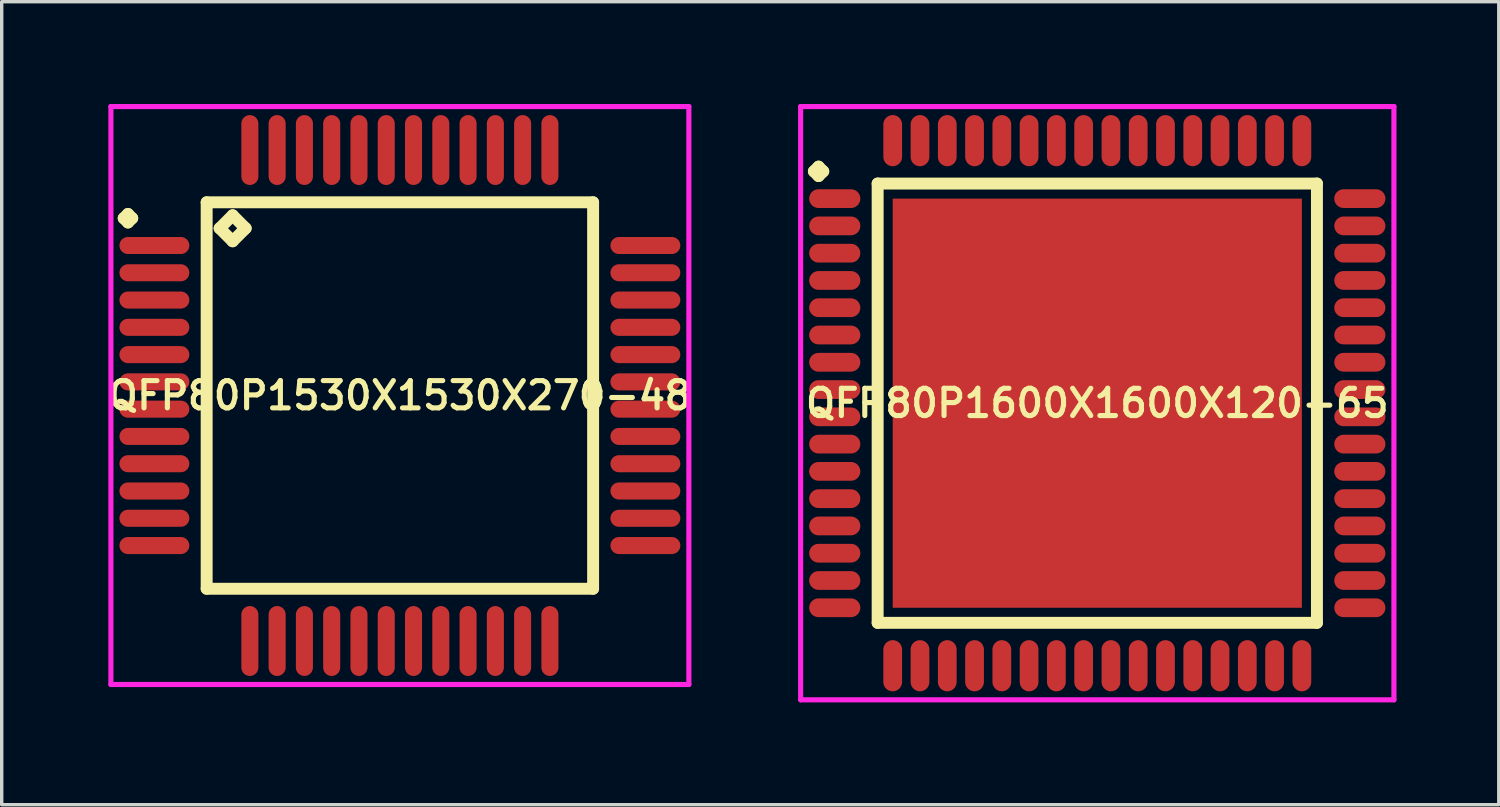
<source format=kicad_pcb>
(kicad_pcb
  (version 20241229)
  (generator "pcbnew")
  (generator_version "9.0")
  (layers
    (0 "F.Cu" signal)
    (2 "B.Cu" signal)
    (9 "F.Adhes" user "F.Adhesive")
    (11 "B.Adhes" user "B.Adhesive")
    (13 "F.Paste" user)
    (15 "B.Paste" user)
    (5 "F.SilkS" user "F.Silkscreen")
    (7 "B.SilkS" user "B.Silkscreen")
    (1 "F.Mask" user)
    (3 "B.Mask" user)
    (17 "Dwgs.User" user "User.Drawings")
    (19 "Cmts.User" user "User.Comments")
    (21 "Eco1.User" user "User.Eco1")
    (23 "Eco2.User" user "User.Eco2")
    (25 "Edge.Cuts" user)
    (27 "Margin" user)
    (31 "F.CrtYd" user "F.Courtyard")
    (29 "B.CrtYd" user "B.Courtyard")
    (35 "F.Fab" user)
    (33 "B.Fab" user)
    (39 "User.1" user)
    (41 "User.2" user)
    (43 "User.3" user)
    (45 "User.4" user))
  (footprint "QFP80P1600X1600X120-65"
    (layer "F.Cu")
    (at 29.132 8.775)
    (property "Reference" "QFP80P1600X1600X120-65" (at 0 0 0) (layer "F.SilkS") (effects (font (size 0.8 0.8) (thickness 0.15))))
    (attr smd)
    (fp_line (start -8.312 -6.8) (end -8.175 -6.938) (stroke (width 0.35) (type solid)) (layer "F.SilkS"))
    (fp_line (start -8.175 -6.938) (end -8.037 -6.8) (stroke (width 0.35) (type solid)) (layer "F.SilkS"))
    (fp_line (start -8.175 -6.662) (end -8.312 -6.8) (stroke (width 0.35) (type solid)) (layer "F.SilkS"))
    (fp_line (start -8.037 -6.8) (end -8.175 -6.662) (stroke (width 0.35) (type solid)) (layer "F.SilkS"))
    (fp_line (start -6.442 -6.442) (end -6.442 6.442) (stroke (width 0.35) (type solid)) (layer "F.SilkS"))
    (fp_line (start -6.442 6.442) (end 6.442 6.442) (stroke (width 0.35) (type solid)) (layer "F.SilkS"))
    (fp_line (start 6.442 -6.442) (end -6.442 -6.442) (stroke (width 0.35) (type solid)) (layer "F.SilkS"))
    (fp_line (start 6.442 6.442) (end 6.442 -6.442) (stroke (width 0.35) (type solid)) (layer "F.SilkS"))
    (fp_line (start -8.7 -8.7) (end 8.7 -8.7) (stroke (width 0.15) (type solid)) (layer "F.CrtYd"))
    (fp_line (start -8.7 8.7) (end -8.7 -8.7) (stroke (width 0.15) (type solid)) (layer "F.CrtYd"))
    (fp_line (start 8.7 -8.7) (end 8.7 8.7) (stroke (width 0.15) (type solid)) (layer "F.CrtYd"))
    (fp_line (start 8.7 8.7) (end -8.7 8.7) (stroke (width 0.15) (type solid)) (layer "F.CrtYd"))
    (pad "1" smd oval (at -7.7 -6) (size 1.5 0.55) (layers "F.Cu" "F.Mask" "F.Paste"))
    (pad "2" smd oval (at -7.7 -5.2) (size 1.5 0.55) (layers "F.Cu" "F.Mask" "F.Paste"))
    (pad "3" smd oval (at -7.7 -4.4) (size 1.5 0.55) (layers "F.Cu" "F.Mask" "F.Paste"))
    (pad "4" smd oval (at -7.7 -3.6) (size 1.5 0.55) (layers "F.Cu" "F.Mask" "F.Paste"))
    (pad "5" smd oval (at -7.7 -2.8) (size 1.5 0.55) (layers "F.Cu" "F.Mask" "F.Paste"))
    (pad "6" smd oval (at -7.7 -2) (size 1.5 0.55) (layers "F.Cu" "F.Mask" "F.Paste"))
    (pad "7" smd oval (at -7.7 -1.2) (size 1.5 0.55) (layers "F.Cu" "F.Mask" "F.Paste"))
    (pad "8" smd oval (at -7.7 -0.4) (size 1.5 0.55) (layers "F.Cu" "F.Mask" "F.Paste"))
    (pad "9" smd oval (at -7.7 0.4) (size 1.5 0.55) (layers "F.Cu" "F.Mask" "F.Paste"))
    (pad "10" smd oval (at -7.7 1.2) (size 1.5 0.55) (layers "F.Cu" "F.Mask" "F.Paste"))
    (pad "11" smd oval (at -7.7 2) (size 1.5 0.55) (layers "F.Cu" "F.Mask" "F.Paste"))
    (pad "12" smd oval (at -7.7 2.8) (size 1.5 0.55) (layers "F.Cu" "F.Mask" "F.Paste"))
    (pad "13" smd oval (at -7.7 3.6) (size 1.5 0.55) (layers "F.Cu" "F.Mask" "F.Paste"))
    (pad "14" smd oval (at -7.7 4.4) (size 1.5 0.55) (layers "F.Cu" "F.Mask" "F.Paste"))
    (pad "15" smd oval (at -7.7 5.2) (size 1.5 0.55) (layers "F.Cu" "F.Mask" "F.Paste"))
    (pad "16" smd oval (at -7.7 6) (size 1.5 0.55) (layers "F.Cu" "F.Mask" "F.Paste"))
    (pad "17" smd oval (at -6 7.7) (size 0.55 1.5) (layers "F.Cu" "F.Mask" "F.Paste"))
    (pad "18" smd oval (at -5.2 7.7) (size 0.55 1.5) (layers "F.Cu" "F.Mask" "F.Paste"))
    (pad "19" smd oval (at -4.4 7.7) (size 0.55 1.5) (layers "F.Cu" "F.Mask" "F.Paste"))
    (pad "20" smd oval (at -3.6 7.7) (size 0.55 1.5) (layers "F.Cu" "F.Mask" "F.Paste"))
    (pad "21" smd oval (at -2.8 7.7) (size 0.55 1.5) (layers "F.Cu" "F.Mask" "F.Paste"))
    (pad "22" smd oval (at -2 7.7) (size 0.55 1.5) (layers "F.Cu" "F.Mask" "F.Paste"))
    (pad "23" smd oval (at -1.2 7.7) (size 0.55 1.5) (layers "F.Cu" "F.Mask" "F.Paste"))
    (pad "24" smd oval (at -0.4 7.7) (size 0.55 1.5) (layers "F.Cu" "F.Mask" "F.Paste"))
    (pad "25" smd oval (at 0.4 7.7) (size 0.55 1.5) (layers "F.Cu" "F.Mask" "F.Paste"))
    (pad "26" smd oval (at 1.2 7.7) (size 0.55 1.5) (layers "F.Cu" "F.Mask" "F.Paste"))
    (pad "27" smd oval (at 2 7.7) (size 0.55 1.5) (layers "F.Cu" "F.Mask" "F.Paste"))
    (pad "28" smd oval (at 2.8 7.7) (size 0.55 1.5) (layers "F.Cu" "F.Mask" "F.Paste"))
    (pad "29" smd oval (at 3.6 7.7) (size 0.55 1.5) (layers "F.Cu" "F.Mask" "F.Paste"))
    (pad "30" smd oval (at 4.4 7.7) (size 0.55 1.5) (layers "F.Cu" "F.Mask" "F.Paste"))
    (pad "31" smd oval (at 5.2 7.7) (size 0.55 1.5) (layers "F.Cu" "F.Mask" "F.Paste"))
    (pad "32" smd oval (at 6 7.7) (size 0.55 1.5) (layers "F.Cu" "F.Mask" "F.Paste"))
    (pad "33" smd oval (at 7.7 6) (size 1.5 0.55) (layers "F.Cu" "F.Mask" "F.Paste"))
    (pad "34" smd oval (at 7.7 5.2) (size 1.5 0.55) (layers "F.Cu" "F.Mask" "F.Paste"))
    (pad "35" smd oval (at 7.7 4.4) (size 1.5 0.55) (layers "F.Cu" "F.Mask" "F.Paste"))
    (pad "36" smd oval (at 7.7 3.6) (size 1.5 0.55) (layers "F.Cu" "F.Mask" "F.Paste"))
    (pad "37" smd oval (at 7.7 2.8) (size 1.5 0.55) (layers "F.Cu" "F.Mask" "F.Paste"))
    (pad "38" smd oval (at 7.7 2) (size 1.5 0.55) (layers "F.Cu" "F.Mask" "F.Paste"))
    (pad "39" smd oval (at 7.7 1.2) (size 1.5 0.55) (layers "F.Cu" "F.Mask" "F.Paste"))
    (pad "40" smd oval (at 7.7 0.4) (size 1.5 0.55) (layers "F.Cu" "F.Mask" "F.Paste"))
    (pad "41" smd oval (at 7.7 -0.4) (size 1.5 0.55) (layers "F.Cu" "F.Mask" "F.Paste"))
    (pad "42" smd oval (at 7.7 -1.2) (size 1.5 0.55) (layers "F.Cu" "F.Mask" "F.Paste"))
    (pad "43" smd oval (at 7.7 -2) (size 1.5 0.55) (layers "F.Cu" "F.Mask" "F.Paste"))
    (pad "44" smd oval (at 7.7 -2.8) (size 1.5 0.55) (layers "F.Cu" "F.Mask" "F.Paste"))
    (pad "45" smd oval (at 7.7 -3.6) (size 1.5 0.55) (layers "F.Cu" "F.Mask" "F.Paste"))
    (pad "46" smd oval (at 7.7 -4.4) (size 1.5 0.55) (layers "F.Cu" "F.Mask" "F.Paste"))
    (pad "47" smd oval (at 7.7 -5.2) (size 1.5 0.55) (layers "F.Cu" "F.Mask" "F.Paste"))
    (pad "48" smd oval (at 7.7 -6) (size 1.5 0.55) (layers "F.Cu" "F.Mask" "F.Paste"))
    (pad "49" smd oval (at 6 -7.7) (size 0.55 1.5) (layers "F.Cu" "F.Mask" "F.Paste"))
    (pad "50" smd oval (at 5.2 -7.7) (size 0.55 1.5) (layers "F.Cu" "F.Mask" "F.Paste"))
    (pad "51" smd oval (at 4.4 -7.7) (size 0.55 1.5) (layers "F.Cu" "F.Mask" "F.Paste"))
    (pad "52" smd oval (at 3.6 -7.7) (size 0.55 1.5) (layers "F.Cu" "F.Mask" "F.Paste"))
    (pad "53" smd oval (at 2.8 -7.7) (size 0.55 1.5) (layers "F.Cu" "F.Mask" "F.Paste"))
    (pad "54" smd oval (at 2 -7.7) (size 0.55 1.5) (layers "F.Cu" "F.Mask" "F.Paste"))
    (pad "55" smd oval (at 1.2 -7.7) (size 0.55 1.5) (layers "F.Cu" "F.Mask" "F.Paste"))
    (pad "56" smd oval (at 0.4 -7.7) (size 0.55 1.5) (layers "F.Cu" "F.Mask" "F.Paste"))
    (pad "57" smd oval (at -0.4 -7.7) (size 0.55 1.5) (layers "F.Cu" "F.Mask" "F.Paste"))
    (pad "58" smd oval (at -1.2 -7.7) (size 0.55 1.5) (layers "F.Cu" "F.Mask" "F.Paste"))
    (pad "59" smd oval (at -2 -7.7) (size 0.55 1.5) (layers "F.Cu" "F.Mask" "F.Paste"))
    (pad "60" smd oval (at -2.8 -7.7) (size 0.55 1.5) (layers "F.Cu" "F.Mask" "F.Paste"))
    (pad "61" smd oval (at -3.6 -7.7) (size 0.55 1.5) (layers "F.Cu" "F.Mask" "F.Paste"))
    (pad "62" smd oval (at -4.4 -7.7) (size 0.55 1.5) (layers "F.Cu" "F.Mask" "F.Paste"))
    (pad "63" smd oval (at -5.2 -7.7) (size 0.55 1.5) (layers "F.Cu" "F.Mask" "F.Paste"))
    (pad "64" smd oval (at -6 -7.7) (size 0.55 1.5) (layers "F.Cu" "F.Mask" "F.Paste"))
    (pad "65" smd rect (at 0 0) (size 12 12) (layers "F.Cu" "F.Mask" "F.Paste")))
  (footprint "QFP80P1530X1530X270-48"
    (layer "F.Cu")
    (at 8.678 8.55)
    (property "Reference" "QFP80P1530X1530X270-48" (at 0 0 0) (layer "F.SilkS") (effects (font (size 0.8 0.8) (thickness 0.15))))
    (attr smd)
    (fp_line (start -8.1 -5.2) (end -7.975 -5.325) (stroke (width 0.35) (type solid)) (layer "F.SilkS"))
    (fp_line (start -7.975 -5.325) (end -7.85 -5.2) (stroke (width 0.35) (type solid)) (layer "F.SilkS"))
    (fp_line (start -7.975 -5.075) (end -8.1 -5.2) (stroke (width 0.35) (type solid)) (layer "F.SilkS"))
    (fp_line (start -7.85 -5.2) (end -7.975 -5.075) (stroke (width 0.35) (type solid)) (layer "F.SilkS"))
    (fp_line (start -5.667 -5.667) (end -5.667 5.667) (stroke (width 0.35) (type solid)) (layer "F.SilkS"))
    (fp_line (start -5.667 5.667) (end 5.667 5.667) (stroke (width 0.35) (type solid)) (layer "F.SilkS"))
    (fp_line (start -5.286 -4.905) (end -4.905 -5.286) (stroke (width 0.35) (type solid)) (layer "F.SilkS"))
    (fp_line (start -4.905 -5.286) (end -4.524 -4.905) (stroke (width 0.35) (type solid)) (layer "F.SilkS"))
    (fp_line (start -4.905 -4.524) (end -5.286 -4.905) (stroke (width 0.35) (type solid)) (layer "F.SilkS"))
    (fp_line (start -4.524 -4.905) (end -4.905 -4.524) (stroke (width 0.35) (type solid)) (layer "F.SilkS"))
    (fp_line (start 5.667 -5.667) (end -5.667 -5.667) (stroke (width 0.35) (type solid)) (layer "F.SilkS"))
    (fp_line (start 5.667 5.667) (end 5.667 -5.667) (stroke (width 0.35) (type solid)) (layer "F.SilkS"))
    (fp_line (start -8.475 -8.475) (end 8.475 -8.475) (stroke (width 0.15) (type solid)) (layer "F.CrtYd"))
    (fp_line (start -8.475 8.475) (end -8.475 -8.475) (stroke (width 0.15) (type solid)) (layer "F.CrtYd"))
    (fp_line (start 8.475 -8.475) (end 8.475 8.475) (stroke (width 0.15) (type solid)) (layer "F.CrtYd"))
    (fp_line (start 8.475 8.475) (end -8.475 8.475) (stroke (width 0.15) (type solid)) (layer "F.CrtYd"))
    (pad "1" smd oval (at -7.2 -4.4) (size 2.05 0.5) (layers "F.Cu" "F.Mask" "F.Paste"))
    (pad "2" smd oval (at -7.2 -3.6) (size 2.05 0.5) (layers "F.Cu" "F.Mask" "F.Paste"))
    (pad "3" smd oval (at -7.2 -2.8) (size 2.05 0.5) (layers "F.Cu" "F.Mask" "F.Paste"))
    (pad "4" smd oval (at -7.2 -2) (size 2.05 0.5) (layers "F.Cu" "F.Mask" "F.Paste"))
    (pad "5" smd oval (at -7.2 -1.2) (size 2.05 0.5) (layers "F.Cu" "F.Mask" "F.Paste"))
    (pad "6" smd oval (at -7.2 -0.4) (size 2.05 0.5) (layers "F.Cu" "F.Mask" "F.Paste"))
    (pad "7" smd oval (at -7.2 0.4) (size 2.05 0.5) (layers "F.Cu" "F.Mask" "F.Paste"))
    (pad "8" smd oval (at -7.2 1.2) (size 2.05 0.5) (layers "F.Cu" "F.Mask" "F.Paste"))
    (pad "9" smd oval (at -7.2 2) (size 2.05 0.5) (layers "F.Cu" "F.Mask" "F.Paste"))
    (pad "10" smd oval (at -7.2 2.8) (size 2.05 0.5) (layers "F.Cu" "F.Mask" "F.Paste"))
    (pad "11" smd oval (at -7.2 3.6) (size 2.05 0.5) (layers "F.Cu" "F.Mask" "F.Paste"))
    (pad "12" smd oval (at -7.2 4.4) (size 2.05 0.5) (layers "F.Cu" "F.Mask" "F.Paste"))
    (pad "13" smd oval (at -4.4 7.2) (size 0.5 2.05) (layers "F.Cu" "F.Mask" "F.Paste"))
    (pad "14" smd oval (at -3.6 7.2) (size 0.5 2.05) (layers "F.Cu" "F.Mask" "F.Paste"))
    (pad "15" smd oval (at -2.8 7.2) (size 0.5 2.05) (layers "F.Cu" "F.Mask" "F.Paste"))
    (pad "16" smd oval (at -2 7.2) (size 0.5 2.05) (layers "F.Cu" "F.Mask" "F.Paste"))
    (pad "17" smd oval (at -1.2 7.2) (size 0.5 2.05) (layers "F.Cu" "F.Mask" "F.Paste"))
    (pad "18" smd oval (at -0.4 7.2) (size 0.5 2.05) (layers "F.Cu" "F.Mask" "F.Paste"))
    (pad "19" smd oval (at 0.4 7.2) (size 0.5 2.05) (layers "F.Cu" "F.Mask" "F.Paste"))
    (pad "20" smd oval (at 1.2 7.2) (size 0.5 2.05) (layers "F.Cu" "F.Mask" "F.Paste"))
    (pad "21" smd oval (at 2 7.2) (size 0.5 2.05) (layers "F.Cu" "F.Mask" "F.Paste"))
    (pad "22" smd oval (at 2.8 7.2) (size 0.5 2.05) (layers "F.Cu" "F.Mask" "F.Paste"))
    (pad "23" smd oval (at 3.6 7.2) (size 0.5 2.05) (layers "F.Cu" "F.Mask" "F.Paste"))
    (pad "24" smd oval (at 4.4 7.2) (size 0.5 2.05) (layers "F.Cu" "F.Mask" "F.Paste"))
    (pad "25" smd oval (at 7.2 4.4) (size 2.05 0.5) (layers "F.Cu" "F.Mask" "F.Paste"))
    (pad "26" smd oval (at 7.2 3.6) (size 2.05 0.5) (layers "F.Cu" "F.Mask" "F.Paste"))
    (pad "27" smd oval (at 7.2 2.8) (size 2.05 0.5) (layers "F.Cu" "F.Mask" "F.Paste"))
    (pad "28" smd oval (at 7.2 2) (size 2.05 0.5) (layers "F.Cu" "F.Mask" "F.Paste"))
    (pad "29" smd oval (at 7.2 1.2) (size 2.05 0.5) (layers "F.Cu" "F.Mask" "F.Paste"))
    (pad "30" smd oval (at 7.2 0.4) (size 2.05 0.5) (layers "F.Cu" "F.Mask" "F.Paste"))
    (pad "31" smd oval (at 7.2 -0.4) (size 2.05 0.5) (layers "F.Cu" "F.Mask" "F.Paste"))
    (pad "32" smd oval (at 7.2 -1.2) (size 2.05 0.5) (layers "F.Cu" "F.Mask" "F.Paste"))
    (pad "33" smd oval (at 7.2 -2) (size 2.05 0.5) (layers "F.Cu" "F.Mask" "F.Paste"))
    (pad "34" smd oval (at 7.2 -2.8) (size 2.05 0.5) (layers "F.Cu" "F.Mask" "F.Paste"))
    (pad "35" smd oval (at 7.2 -3.6) (size 2.05 0.5) (layers "F.Cu" "F.Mask" "F.Paste"))
    (pad "36" smd oval (at 7.2 -4.4) (size 2.05 0.5) (layers "F.Cu" "F.Mask" "F.Paste"))
    (pad "37" smd oval (at 4.4 -7.2) (size 0.5 2.05) (layers "F.Cu" "F.Mask" "F.Paste"))
    (pad "38" smd oval (at 3.6 -7.2) (size 0.5 2.05) (layers "F.Cu" "F.Mask" "F.Paste"))
    (pad "39" smd oval (at 2.8 -7.2) (size 0.5 2.05) (layers "F.Cu" "F.Mask" "F.Paste"))
    (pad "40" smd oval (at 2 -7.2) (size 0.5 2.05) (layers "F.Cu" "F.Mask" "F.Paste"))
    (pad "41" smd oval (at 1.2 -7.2) (size 0.5 2.05) (layers "F.Cu" "F.Mask" "F.Paste"))
    (pad "42" smd oval (at 0.4 -7.2) (size 0.5 2.05) (layers "F.Cu" "F.Mask" "F.Paste"))
    (pad "43" smd oval (at -0.4 -7.2) (size 0.5 2.05) (layers "F.Cu" "F.Mask" "F.Paste"))
    (pad "44" smd oval (at -1.2 -7.2) (size 0.5 2.05) (layers "F.Cu" "F.Mask" "F.Paste"))
    (pad "45" smd oval (at -2 -7.2) (size 0.5 2.05) (layers "F.Cu" "F.Mask" "F.Paste"))
    (pad "46" smd oval (at -2.8 -7.2) (size 0.5 2.05) (layers "F.Cu" "F.Mask" "F.Paste"))
    (pad "47" smd oval (at -3.6 -7.2) (size 0.5 2.05) (layers "F.Cu" "F.Mask" "F.Paste"))
    (pad "48" smd oval (at -4.4 -7.2) (size 0.5 2.05) (layers "F.Cu" "F.Mask" "F.Paste")))
  (gr_rect
    (start -3 -3)
    (end 40.907 20.55)
    (stroke (width 0.1) (type default))
    (fill no)
    (layer "Edge.Cuts")))
</source>
